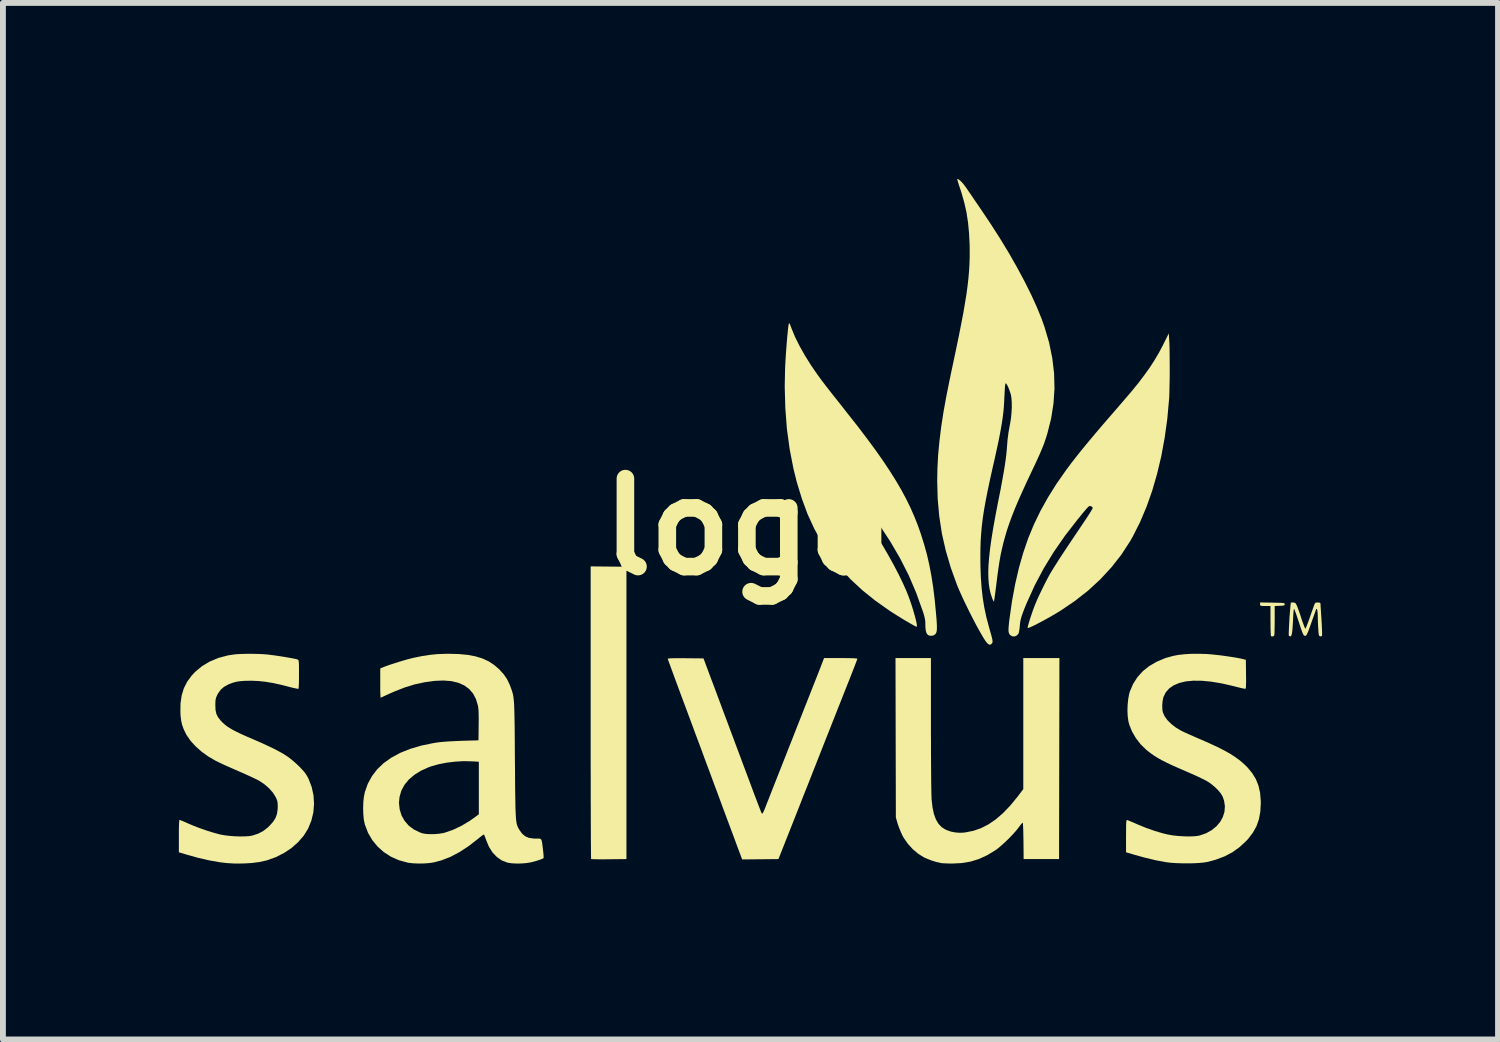
<source format=kicad_pcb>
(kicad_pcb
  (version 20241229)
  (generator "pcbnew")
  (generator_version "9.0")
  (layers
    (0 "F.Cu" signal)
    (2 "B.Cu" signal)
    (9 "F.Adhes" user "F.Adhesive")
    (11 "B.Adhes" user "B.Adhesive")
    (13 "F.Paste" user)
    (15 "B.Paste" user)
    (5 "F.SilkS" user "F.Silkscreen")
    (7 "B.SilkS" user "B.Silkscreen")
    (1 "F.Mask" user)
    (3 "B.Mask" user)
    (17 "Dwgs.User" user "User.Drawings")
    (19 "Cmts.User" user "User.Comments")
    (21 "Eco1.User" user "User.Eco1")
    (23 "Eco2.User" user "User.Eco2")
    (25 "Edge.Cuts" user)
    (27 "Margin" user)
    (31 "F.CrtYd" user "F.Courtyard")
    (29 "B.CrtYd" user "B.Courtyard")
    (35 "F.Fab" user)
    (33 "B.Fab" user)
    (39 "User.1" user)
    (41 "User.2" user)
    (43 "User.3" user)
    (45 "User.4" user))
  (footprint "logo"
    (layer "F.Cu")
    (at 9.686 5.933)
    (property "Reference" "logo" (at 0 0 0) (layer "F.SilkS") (effects (font (size 1.5 1.5) (thickness 0.3))))
    (attr board_only exclude_from_pos_files exclude_from_bom)
    (fp_poly (pts (xy -2.359 0.678) (xy -2.054 0.681) (xy -2.054 3.174) (xy -2.054 5.666) (xy -2.351 5.669) (xy -2.433 5.67) (xy -2.507 5.67) (xy -2.569 5.669) (xy -2.617 5.668) (xy -2.647 5.666) (xy -2.656 5.664) (xy -2.657 5.652) (xy -2.658 5.617) (xy -2.659 5.56) (xy -2.659 5.483) (xy -2.66 5.387) (xy -2.661 5.273) (xy -2.661 5.141) (xy -2.662 4.994) (xy -2.662 4.831) (xy -2.663 4.655) (xy -2.663 4.466) (xy -2.663 4.266) (xy -2.664 4.055) (xy -2.664 3.834) (xy -2.664 3.606) (xy -2.664 3.37) (xy -2.664 3.165) (xy -2.664 0.675)) (stroke (width 0) (type solid)) (fill yes) (layer "F.SilkS"))
    (fp_poly (pts (xy 8.961 1.293) (xy 9.036 1.295) (xy 9.091 1.296) (xy 9.129 1.298) (xy 9.152 1.301) (xy 9.165 1.306) (xy 9.17 1.312) (xy 9.171 1.32) (xy 9.169 1.333) (xy 9.158 1.34) (xy 9.135 1.345) (xy 9.093 1.347) (xy 9.085 1.347) (xy 9 1.351) (xy 9 1.592) (xy 8.999 1.666) (xy 8.998 1.733) (xy 8.997 1.789) (xy 8.995 1.829) (xy 8.993 1.851) (xy 8.992 1.852) (xy 8.976 1.868) (xy 8.951 1.87) (xy 8.936 1.863) (xy 8.934 1.849) (xy 8.932 1.816) (xy 8.93 1.765) (xy 8.929 1.702) (xy 8.929 1.629) (xy 8.928 1.603) (xy 8.928 1.35) (xy 8.84 1.35) (xy 8.795 1.35) (xy 8.768 1.347) (xy 8.755 1.342) (xy 8.751 1.331) (xy 8.751 1.32) (xy 8.751 1.29)) (stroke (width 0) (type solid)) (fill yes) (layer "F.SilkS"))
    (fp_poly (pts (xy 3.138 3.372) (xy 3.138 3.537) (xy 3.139 3.699) (xy 3.139 3.854) (xy 3.14 4.001) (xy 3.141 4.138) (xy 3.142 4.263) (xy 3.143 4.375) (xy 3.145 4.471) (xy 3.146 4.55) (xy 3.148 4.608) (xy 3.149 4.646) (xy 3.15 4.651) (xy 3.165 4.784) (xy 3.189 4.897) (xy 3.223 4.99) (xy 3.267 5.064) (xy 3.323 5.123) (xy 3.392 5.166) (xy 3.475 5.196) (xy 3.543 5.21) (xy 3.614 5.217) (xy 3.682 5.216) (xy 3.732 5.21) (xy 3.866 5.183) (xy 3.994 5.138) (xy 4.119 5.074) (xy 4.242 4.99) (xy 4.363 4.886) (xy 4.485 4.76) (xy 4.608 4.611) (xy 4.626 4.588) (xy 4.713 4.473) (xy 4.713 3.356) (xy 4.713 2.238) (xy 5.021 2.238) (xy 5.329 2.238) (xy 5.326 3.952) (xy 5.323 5.666) (xy 5.021 5.666) (xy 4.719 5.666) (xy 4.716 5.355) (xy 4.714 5.272) (xy 4.713 5.198) (xy 4.711 5.134) (xy 4.708 5.086) (xy 4.706 5.055) (xy 4.703 5.044) (xy 4.692 5.053) (xy 4.672 5.077) (xy 4.645 5.111) (xy 4.636 5.124) (xy 4.591 5.181) (xy 4.533 5.246) (xy 4.467 5.315) (xy 4.397 5.382) (xy 4.33 5.442) (xy 4.27 5.492) (xy 4.239 5.514) (xy 4.097 5.6) (xy 3.956 5.665) (xy 3.813 5.709) (xy 3.663 5.734) (xy 3.502 5.742) (xy 3.495 5.742) (xy 3.435 5.741) (xy 3.381 5.739) (xy 3.34 5.737) (xy 3.316 5.735) (xy 3.316 5.735) (xy 3.232 5.716) (xy 3.14 5.687) (xy 3.053 5.652) (xy 3.014 5.634) (xy 2.918 5.573) (xy 2.826 5.495) (xy 2.743 5.403) (xy 2.674 5.304) (xy 2.649 5.258) (xy 2.622 5.198) (xy 2.595 5.132) (xy 2.574 5.072) (xy 2.567 5.05) (xy 2.54 4.956) (xy 2.537 3.597) (xy 2.534 2.238) (xy 2.836 2.238) (xy 3.138 2.238)) (stroke (width 0) (type solid)) (fill yes) (layer "F.SilkS"))
    (fp_poly (pts (xy 9.331 1.292) (xy 9.345 1.296) (xy 9.357 1.306) (xy 9.369 1.326) (xy 9.383 1.356) (xy 9.4 1.401) (xy 9.422 1.462) (xy 9.449 1.542) (xy 9.456 1.566) (xy 9.477 1.626) (xy 9.495 1.676) (xy 9.51 1.714) (xy 9.52 1.735) (xy 9.523 1.738) (xy 9.53 1.726) (xy 9.543 1.696) (xy 9.561 1.651) (xy 9.581 1.596) (xy 9.593 1.563) (xy 9.615 1.499) (xy 9.636 1.438) (xy 9.655 1.387) (xy 9.667 1.35) (xy 9.671 1.341) (xy 9.683 1.31) (xy 9.697 1.295) (xy 9.72 1.291) (xy 9.735 1.291) (xy 9.765 1.293) (xy 9.778 1.301) (xy 9.781 1.317) (xy 9.782 1.337) (xy 9.784 1.376) (xy 9.788 1.431) (xy 9.792 1.498) (xy 9.797 1.573) (xy 9.799 1.599) (xy 9.803 1.675) (xy 9.806 1.743) (xy 9.808 1.799) (xy 9.808 1.839) (xy 9.806 1.861) (xy 9.805 1.863) (xy 9.787 1.868) (xy 9.772 1.866) (xy 9.762 1.861) (xy 9.755 1.849) (xy 9.75 1.828) (xy 9.746 1.792) (xy 9.743 1.738) (xy 9.741 1.715) (xy 9.738 1.65) (xy 9.736 1.587) (xy 9.734 1.532) (xy 9.734 1.499) (xy 9.731 1.455) (xy 9.726 1.421) (xy 9.719 1.402) (xy 9.71 1.4) (xy 9.705 1.409) (xy 9.699 1.427) (xy 9.687 1.462) (xy 9.67 1.509) (xy 9.65 1.565) (xy 9.646 1.575) (xy 9.616 1.662) (xy 9.591 1.729) (xy 9.573 1.779) (xy 9.558 1.814) (xy 9.547 1.837) (xy 9.538 1.851) (xy 9.53 1.857) (xy 9.522 1.859) (xy 9.519 1.859) (xy 9.509 1.858) (xy 9.499 1.852) (xy 9.49 1.839) (xy 9.478 1.816) (xy 9.464 1.78) (xy 9.446 1.73) (xy 9.424 1.661) (xy 9.4 1.59) (xy 9.379 1.527) (xy 9.36 1.472) (xy 9.344 1.43) (xy 9.334 1.404) (xy 9.329 1.397) (xy 9.326 1.408) (xy 9.322 1.439) (xy 9.318 1.485) (xy 9.315 1.541) (xy 9.314 1.56) (xy 9.309 1.655) (xy 9.304 1.729) (xy 9.299 1.785) (xy 9.293 1.824) (xy 9.286 1.849) (xy 9.278 1.863) (xy 9.269 1.869) (xy 9.248 1.863) (xy 9.241 1.854) (xy 9.239 1.837) (xy 9.24 1.8) (xy 9.242 1.747) (xy 9.245 1.683) (xy 9.249 1.612) (xy 9.253 1.537) (xy 9.259 1.462) (xy 9.265 1.392) (xy 9.267 1.365) (xy 9.275 1.291) (xy 9.315 1.291)) (stroke (width 0) (type solid)) (fill yes) (layer "F.SilkS"))
    (fp_poly (pts (xy 7.201 -3.191) (xy 7.204 -3.134) (xy 7.207 -3.057) (xy 7.208 -2.965) (xy 7.209 -2.861) (xy 7.21 -2.751) (xy 7.21 -2.639) (xy 7.209 -2.527) (xy 7.207 -2.422) (xy 7.205 -2.327) (xy 7.203 -2.245) (xy 7.2 -2.182) (xy 7.199 -2.179) (xy 7.169 -1.845) (xy 7.124 -1.519) (xy 7.066 -1.204) (xy 6.994 -0.901) (xy 6.91 -0.612) (xy 6.813 -0.338) (xy 6.705 -0.082) (xy 6.585 0.156) (xy 6.535 0.245) (xy 6.386 0.474) (xy 6.217 0.69) (xy 6.027 0.895) (xy 5.818 1.088) (xy 5.588 1.268) (xy 5.341 1.435) (xy 5.271 1.477) (xy 5.196 1.521) (xy 5.12 1.564) (xy 5.046 1.605) (xy 4.975 1.642) (xy 4.912 1.675) (xy 4.859 1.7) (xy 4.818 1.718) (xy 4.794 1.725) (xy 4.788 1.725) (xy 4.788 1.711) (xy 4.796 1.679) (xy 4.809 1.633) (xy 4.826 1.576) (xy 4.847 1.513) (xy 4.869 1.448) (xy 4.892 1.385) (xy 4.914 1.326) (xy 4.916 1.323) (xy 4.944 1.255) (xy 4.981 1.174) (xy 5.024 1.084) (xy 5.069 0.992) (xy 5.114 0.904) (xy 5.155 0.827) (xy 5.178 0.787) (xy 5.218 0.721) (xy 5.271 0.637) (xy 5.335 0.536) (xy 5.411 0.421) (xy 5.497 0.291) (xy 5.592 0.15) (xy 5.676 0.025) (xy 5.729 -0.054) (xy 5.778 -0.127) (xy 5.82 -0.191) (xy 5.855 -0.246) (xy 5.88 -0.287) (xy 5.894 -0.314) (xy 5.897 -0.321) (xy 5.886 -0.341) (xy 5.865 -0.351) (xy 5.855 -0.354) (xy 5.846 -0.355) (xy 5.837 -0.352) (xy 5.825 -0.344) (xy 5.808 -0.327) (xy 5.785 -0.301) (xy 5.753 -0.264) (xy 5.71 -0.212) (xy 5.655 -0.144) (xy 5.643 -0.13) (xy 5.427 0.148) (xy 5.233 0.428) (xy 5.06 0.711) (xy 4.907 1) (xy 4.773 1.296) (xy 4.736 1.385) (xy 4.708 1.458) (xy 4.688 1.515) (xy 4.674 1.561) (xy 4.664 1.603) (xy 4.658 1.645) (xy 4.654 1.683) (xy 4.649 1.735) (xy 4.642 1.78) (xy 4.635 1.812) (xy 4.631 1.821) (xy 4.603 1.853) (xy 4.566 1.869) (xy 4.526 1.868) (xy 4.492 1.848) (xy 4.49 1.846) (xy 4.475 1.828) (xy 4.466 1.806) (xy 4.461 1.777) (xy 4.461 1.738) (xy 4.465 1.684) (xy 4.472 1.612) (xy 4.477 1.575) (xy 4.521 1.265) (xy 4.575 0.975) (xy 4.638 0.702) (xy 4.712 0.443) (xy 4.797 0.195) (xy 4.896 -0.044) (xy 5.009 -0.277) (xy 5.137 -0.506) (xy 5.281 -0.736) (xy 5.443 -0.967) (xy 5.478 -1.014) (xy 5.529 -1.083) (xy 5.585 -1.155) (xy 5.644 -1.23) (xy 5.709 -1.311) (xy 5.781 -1.399) (xy 5.861 -1.495) (xy 5.951 -1.602) (xy 6.051 -1.72) (xy 6.164 -1.851) (xy 6.29 -1.996) (xy 6.422 -2.149) (xy 6.558 -2.308) (xy 6.677 -2.454) (xy 6.781 -2.592) (xy 6.874 -2.722) (xy 6.956 -2.85) (xy 7.03 -2.976) (xy 7.098 -3.105) (xy 7.102 -3.114) (xy 7.194 -3.298)) (stroke (width 0) (type solid)) (fill yes) (layer "F.SilkS"))
    (fp_poly (pts (xy 1.693 2.239) (xy 1.77 2.24) (xy 1.828 2.242) (xy 1.866 2.245) (xy 1.882 2.249) (xy 1.883 2.25) (xy 1.883 2.252) (xy 1.881 2.257) (xy 1.879 2.266) (xy 1.874 2.278) (xy 1.867 2.297) (xy 1.857 2.323) (xy 1.844 2.358) (xy 1.827 2.402) (xy 1.805 2.458) (xy 1.778 2.527) (xy 1.746 2.609) (xy 1.707 2.706) (xy 1.662 2.82) (xy 1.61 2.952) (xy 1.55 3.102) (xy 1.483 3.274) (xy 1.468 3.31) (xy 1.419 3.435) (xy 1.37 3.558) (xy 1.323 3.677) (xy 1.279 3.789) (xy 1.239 3.891) (xy 1.203 3.981) (xy 1.174 4.056) (xy 1.151 4.114) (xy 1.139 4.144) (xy 1.122 4.187) (xy 1.098 4.249) (xy 1.067 4.328) (xy 1.03 4.421) (xy 0.988 4.526) (xy 0.943 4.64) (xy 0.896 4.761) (xy 0.847 4.885) (xy 0.805 4.991) (xy 0.538 5.666) (xy 0.229 5.669) (xy -0.08 5.672) (xy -0.093 5.64) (xy -0.1 5.62) (xy -0.115 5.58) (xy -0.137 5.522) (xy -0.165 5.448) (xy -0.197 5.36) (xy -0.234 5.26) (xy -0.275 5.151) (xy -0.319 5.033) (xy -0.365 4.91) (xy -0.412 4.784) (xy -0.459 4.656) (xy -0.506 4.528) (xy -0.553 4.404) (xy -0.597 4.284) (xy -0.598 4.281) (xy -0.63 4.194) (xy -0.67 4.088) (xy -0.715 3.967) (xy -0.764 3.833) (xy -0.817 3.691) (xy -0.873 3.542) (xy -0.929 3.39) (xy -0.985 3.239) (xy -1.04 3.092) (xy -1.053 3.057) (xy -1.102 2.926) (xy -1.148 2.802) (xy -1.191 2.685) (xy -1.231 2.578) (xy -1.265 2.484) (xy -1.295 2.403) (xy -1.319 2.337) (xy -1.337 2.288) (xy -1.347 2.258) (xy -1.35 2.249) (xy -1.338 2.246) (xy -1.305 2.243) (xy -1.251 2.241) (xy -1.178 2.24) (xy -1.089 2.24) (xy -1.045 2.241) (xy -0.74 2.244) (xy -0.603 2.611) (xy -0.573 2.69) (xy -0.536 2.788) (xy -0.494 2.902) (xy -0.447 3.027) (xy -0.397 3.162) (xy -0.344 3.302) (xy -0.291 3.445) (xy -0.238 3.586) (xy -0.196 3.7) (xy -0.123 3.894) (xy -0.059 4.066) (xy -0.002 4.218) (xy 0.048 4.351) (xy 0.091 4.467) (xy 0.128 4.566) (xy 0.16 4.649) (xy 0.186 4.718) (xy 0.207 4.773) (xy 0.224 4.816) (xy 0.236 4.848) (xy 0.245 4.87) (xy 0.251 4.883) (xy 0.254 4.888) (xy 0.261 4.89) (xy 0.27 4.882) (xy 0.282 4.861) (xy 0.299 4.823) (xy 0.322 4.766) (xy 0.329 4.748) (xy 0.341 4.716) (xy 0.362 4.664) (xy 0.389 4.594) (xy 0.423 4.508) (xy 0.462 4.408) (xy 0.506 4.297) (xy 0.554 4.175) (xy 0.605 4.046) (xy 0.659 3.91) (xy 0.713 3.771) (xy 0.769 3.631) (xy 0.824 3.49) (xy 0.878 3.352) (xy 0.931 3.219) (xy 0.981 3.091) (xy 1.028 2.973) (xy 1.071 2.864) (xy 1.103 2.783) (xy 1.137 2.696) (xy 1.172 2.608) (xy 1.204 2.526) (xy 1.233 2.453) (xy 1.256 2.394) (xy 1.269 2.359) (xy 1.316 2.238) (xy 1.599 2.238)) (stroke (width 0) (type solid)) (fill yes) (layer "F.SilkS"))
    (fp_poly (pts (xy 0.727 -3.466) (xy 0.735 -3.451) (xy 0.747 -3.42) (xy 0.764 -3.375) (xy 0.823 -3.233) (xy 0.9 -3.079) (xy 0.991 -2.918) (xy 1.095 -2.752) (xy 1.196 -2.605) (xy 1.223 -2.568) (xy 1.249 -2.532) (xy 1.276 -2.495) (xy 1.307 -2.455) (xy 1.341 -2.41) (xy 1.382 -2.358) (xy 1.429 -2.297) (xy 1.485 -2.226) (xy 1.552 -2.142) (xy 1.63 -2.043) (xy 1.721 -1.927) (xy 1.722 -1.926) (xy 1.896 -1.705) (xy 2.053 -1.498) (xy 2.196 -1.304) (xy 2.324 -1.122) (xy 2.439 -0.949) (xy 2.543 -0.783) (xy 2.636 -0.624) (xy 2.719 -0.469) (xy 2.793 -0.317) (xy 2.859 -0.166) (xy 2.919 -0.014) (xy 2.967 0.124) (xy 3.022 0.299) (xy 3.07 0.473) (xy 3.111 0.651) (xy 3.146 0.837) (xy 3.177 1.035) (xy 3.203 1.249) (xy 3.225 1.481) (xy 3.227 1.502) (xy 3.235 1.596) (xy 3.239 1.669) (xy 3.24 1.725) (xy 3.238 1.767) (xy 3.232 1.797) (xy 3.222 1.819) (xy 3.208 1.836) (xy 3.177 1.854) (xy 3.136 1.859) (xy 3.098 1.851) (xy 3.088 1.844) (xy 3.065 1.818) (xy 3.051 1.775) (xy 3.044 1.714) (xy 3.043 1.669) (xy 3.042 1.619) (xy 3.036 1.572) (xy 3.024 1.52) (xy 3.005 1.456) (xy 3 1.442) (xy 2.889 1.131) (xy 2.761 0.831) (xy 2.613 0.539) (xy 2.445 0.251) (xy 2.3 0.03) (xy 2.257 -0.033) (xy 2.209 -0.1) (xy 2.158 -0.17) (xy 2.108 -0.238) (xy 2.061 -0.3) (xy 2.02 -0.354) (xy 1.988 -0.395) (xy 1.968 -0.417) (xy 1.935 -0.443) (xy 1.907 -0.448) (xy 1.886 -0.432) (xy 1.884 -0.428) (xy 1.882 -0.417) (xy 1.886 -0.4) (xy 1.897 -0.374) (xy 1.917 -0.336) (xy 1.946 -0.285) (xy 1.986 -0.217) (xy 2.011 -0.176) (xy 2.056 -0.103) (xy 2.101 -0.029) (xy 2.144 0.04) (xy 2.18 0.1) (xy 2.209 0.145) (xy 2.214 0.154) (xy 2.316 0.32) (xy 2.413 0.487) (xy 2.504 0.651) (xy 2.586 0.808) (xy 2.658 0.956) (xy 2.719 1.092) (xy 2.753 1.178) (xy 2.782 1.257) (xy 2.809 1.337) (xy 2.834 1.417) (xy 2.856 1.493) (xy 2.875 1.562) (xy 2.889 1.62) (xy 2.897 1.666) (xy 2.899 1.695) (xy 2.895 1.705) (xy 2.879 1.699) (xy 2.846 1.682) (xy 2.8 1.656) (xy 2.743 1.623) (xy 2.678 1.585) (xy 2.61 1.543) (xy 2.541 1.5) (xy 2.473 1.457) (xy 2.427 1.427) (xy 2.188 1.258) (xy 1.969 1.082) (xy 1.769 0.896) (xy 1.588 0.7) (xy 1.425 0.492) (xy 1.28 0.271) (xy 1.15 0.035) (xy 1.035 -0.215) (xy 0.936 -0.483) (xy 0.849 -0.769) (xy 0.793 -0.995) (xy 0.729 -1.326) (xy 0.682 -1.671) (xy 0.655 -2.027) (xy 0.645 -2.393) (xy 0.651 -2.694) (xy 0.655 -2.776) (xy 0.66 -2.866) (xy 0.666 -2.959) (xy 0.673 -3.052) (xy 0.68 -3.144) (xy 0.687 -3.23) (xy 0.695 -3.307) (xy 0.701 -3.373) (xy 0.708 -3.423) (xy 0.713 -3.456) (xy 0.717 -3.468) (xy 0.721 -3.471)) (stroke (width 0) (type solid)) (fill yes) (layer "F.SilkS"))
    (fp_poly (pts (xy 7.834 2.169) (xy 7.838 2.169) (xy 7.915 2.175) (xy 8.004 2.184) (xy 8.1 2.195) (xy 8.197 2.209) (xy 8.29 2.223) (xy 8.372 2.237) (xy 8.437 2.25) (xy 8.449 2.253) (xy 8.508 2.268) (xy 8.511 2.51) (xy 8.512 2.583) (xy 8.512 2.648) (xy 8.51 2.702) (xy 8.509 2.74) (xy 8.506 2.759) (xy 8.505 2.76) (xy 8.491 2.761) (xy 8.459 2.756) (xy 8.414 2.746) (xy 8.366 2.734) (xy 8.298 2.717) (xy 8.219 2.698) (xy 8.139 2.68) (xy 8.088 2.669) (xy 7.915 2.64) (xy 7.756 2.625) (xy 7.612 2.624) (xy 7.484 2.636) (xy 7.373 2.663) (xy 7.278 2.703) (xy 7.201 2.756) (xy 7.143 2.822) (xy 7.104 2.901) (xy 7.099 2.916) (xy 7.087 2.98) (xy 7.082 3.052) (xy 7.085 3.121) (xy 7.093 3.164) (xy 7.122 3.23) (xy 7.171 3.297) (xy 7.237 3.363) (xy 7.316 3.424) (xy 7.4 3.474) (xy 7.434 3.491) (xy 7.485 3.515) (xy 7.55 3.544) (xy 7.623 3.576) (xy 7.7 3.61) (xy 7.732 3.623) (xy 7.888 3.692) (xy 8.024 3.755) (xy 8.142 3.815) (xy 8.244 3.872) (xy 8.332 3.93) (xy 8.41 3.987) (xy 8.48 4.048) (xy 8.535 4.102) (xy 8.617 4.201) (xy 8.679 4.303) (xy 8.723 4.413) (xy 8.751 4.535) (xy 8.762 4.67) (xy 8.763 4.713) (xy 8.755 4.857) (xy 8.731 4.986) (xy 8.69 5.104) (xy 8.629 5.214) (xy 8.549 5.319) (xy 8.516 5.355) (xy 8.402 5.461) (xy 8.278 5.55) (xy 8.142 5.621) (xy 7.99 5.678) (xy 7.857 5.714) (xy 7.795 5.724) (xy 7.716 5.732) (xy 7.623 5.737) (xy 7.523 5.739) (xy 7.421 5.738) (xy 7.322 5.735) (xy 7.232 5.729) (xy 7.156 5.72) (xy 7.156 5.72) (xy 6.971 5.686) (xy 6.776 5.639) (xy 6.611 5.593) (xy 6.465 5.55) (xy 6.465 5.272) (xy 6.466 5.184) (xy 6.466 5.117) (xy 6.467 5.068) (xy 6.469 5.034) (xy 6.472 5.014) (xy 6.475 5.003) (xy 6.481 5) (xy 6.486 5.001) (xy 6.504 5.007) (xy 6.539 5.022) (xy 6.587 5.042) (xy 6.642 5.066) (xy 6.655 5.072) (xy 6.804 5.133) (xy 6.952 5.185) (xy 7.093 5.227) (xy 7.177 5.247) (xy 7.254 5.261) (xy 7.342 5.271) (xy 7.434 5.277) (xy 7.524 5.28) (xy 7.607 5.278) (xy 7.677 5.272) (xy 7.72 5.264) (xy 7.83 5.226) (xy 7.925 5.173) (xy 8.006 5.107) (xy 8.07 5.032) (xy 8.116 4.948) (xy 8.144 4.858) (xy 8.151 4.764) (xy 8.136 4.668) (xy 8.112 4.599) (xy 8.081 4.547) (xy 8.033 4.489) (xy 7.973 4.431) (xy 7.906 4.377) (xy 7.858 4.345) (xy 7.819 4.323) (xy 7.763 4.295) (xy 7.695 4.262) (xy 7.618 4.227) (xy 7.539 4.192) (xy 7.509 4.179) (xy 7.375 4.121) (xy 7.261 4.071) (xy 7.164 4.025) (xy 7.081 3.983) (xy 7.009 3.943) (xy 6.946 3.904) (xy 6.889 3.864) (xy 6.834 3.822) (xy 6.81 3.802) (xy 6.715 3.71) (xy 6.634 3.605) (xy 6.568 3.492) (xy 6.521 3.376) (xy 6.506 3.321) (xy 6.494 3.237) (xy 6.489 3.141) (xy 6.492 3.039) (xy 6.502 2.939) (xy 6.518 2.851) (xy 6.529 2.812) (xy 6.583 2.684) (xy 6.657 2.567) (xy 6.749 2.464) (xy 6.86 2.375) (xy 6.989 2.3) (xy 7.134 2.239) (xy 7.265 2.202) (xy 7.355 2.185) (xy 7.463 2.173) (xy 7.582 2.166) (xy 7.708 2.165)) (stroke (width 0) (type solid)) (fill yes) (layer "F.SilkS"))
    (fp_poly (pts (xy -8.334 2.168) (xy -8.247 2.172) (xy -8.173 2.178) (xy -8.171 2.178) (xy -8.11 2.186) (xy -8.04 2.195) (xy -7.965 2.206) (xy -7.89 2.218) (xy -7.82 2.23) (xy -7.757 2.241) (xy -7.707 2.251) (xy -7.674 2.259) (xy -7.664 2.262) (xy -7.655 2.266) (xy -7.649 2.273) (xy -7.644 2.285) (xy -7.641 2.306) (xy -7.639 2.338) (xy -7.638 2.386) (xy -7.638 2.451) (xy -7.638 2.515) (xy -7.638 2.589) (xy -7.639 2.654) (xy -7.641 2.707) (xy -7.643 2.744) (xy -7.646 2.762) (xy -7.647 2.763) (xy -7.661 2.762) (xy -7.693 2.756) (xy -7.74 2.746) (xy -7.795 2.732) (xy -7.809 2.728) (xy -7.959 2.69) (xy -8.092 2.662) (xy -8.213 2.642) (xy -8.327 2.63) (xy -8.438 2.625) (xy -8.455 2.625) (xy -8.554 2.626) (xy -8.636 2.632) (xy -8.705 2.642) (xy -8.767 2.659) (xy -8.829 2.682) (xy -8.84 2.687) (xy -8.916 2.729) (xy -8.973 2.778) (xy -9.017 2.84) (xy -9.029 2.862) (xy -9.046 2.898) (xy -9.056 2.93) (xy -9.062 2.966) (xy -9.064 3.013) (xy -9.064 3.043) (xy -9.061 3.123) (xy -9.047 3.188) (xy -9.02 3.244) (xy -8.977 3.3) (xy -8.945 3.334) (xy -8.909 3.367) (xy -8.869 3.399) (xy -8.822 3.43) (xy -8.766 3.463) (xy -8.698 3.498) (xy -8.614 3.538) (xy -8.513 3.583) (xy -8.429 3.619) (xy -8.289 3.68) (xy -8.169 3.735) (xy -8.066 3.784) (xy -7.977 3.831) (xy -7.899 3.875) (xy -7.831 3.919) (xy -7.77 3.965) (xy -7.712 4.014) (xy -7.655 4.067) (xy -7.636 4.085) (xy -7.585 4.138) (xy -7.547 4.181) (xy -7.518 4.22) (xy -7.494 4.261) (xy -7.474 4.299) (xy -7.421 4.437) (xy -7.39 4.58) (xy -7.381 4.725) (xy -7.393 4.87) (xy -7.427 5.011) (xy -7.482 5.146) (xy -7.485 5.151) (xy -7.559 5.27) (xy -7.654 5.379) (xy -7.765 5.477) (xy -7.893 5.562) (xy -8.033 5.633) (xy -8.184 5.687) (xy -8.2 5.691) (xy -8.313 5.716) (xy -8.443 5.733) (xy -8.583 5.741) (xy -8.728 5.742) (xy -8.871 5.734) (xy -8.994 5.719) (xy -9.173 5.687) (xy -9.356 5.645) (xy -9.535 5.595) (xy -9.686 5.55) (xy -9.686 5.274) (xy -9.686 5.191) (xy -9.685 5.12) (xy -9.683 5.062) (xy -9.68 5.021) (xy -9.677 5) (xy -9.676 4.997) (xy -9.661 5.002) (xy -9.63 5.014) (xy -9.586 5.033) (xy -9.534 5.056) (xy -9.531 5.058) (xy -9.433 5.099) (xy -9.323 5.141) (xy -9.208 5.181) (xy -9.098 5.215) (xy -8.999 5.242) (xy -8.98 5.247) (xy -8.909 5.26) (xy -8.826 5.27) (xy -8.737 5.277) (xy -8.648 5.28) (xy -8.564 5.279) (xy -8.492 5.275) (xy -8.437 5.266) (xy -8.434 5.265) (xy -8.335 5.233) (xy -8.25 5.189) (xy -8.171 5.128) (xy -8.14 5.098) (xy -8.08 5.031) (xy -8.039 4.967) (xy -8.014 4.899) (xy -8.002 4.82) (xy -8 4.778) (xy -8.001 4.726) (xy -8.005 4.687) (xy -8.016 4.652) (xy -8.035 4.609) (xy -8.037 4.605) (xy -8.084 4.531) (xy -8.149 4.458) (xy -8.229 4.389) (xy -8.308 4.336) (xy -8.343 4.317) (xy -8.395 4.291) (xy -8.461 4.26) (xy -8.536 4.226) (xy -8.616 4.19) (xy -8.669 4.167) (xy -8.752 4.131) (xy -8.835 4.094) (xy -8.914 4.059) (xy -8.983 4.027) (xy -9.037 4) (xy -9.06 3.989) (xy -9.185 3.916) (xy -9.3 3.833) (xy -9.401 3.743) (xy -9.486 3.65) (xy -9.552 3.555) (xy -9.565 3.532) (xy -9.603 3.453) (xy -9.63 3.379) (xy -9.647 3.304) (xy -9.657 3.218) (xy -9.66 3.161) (xy -9.658 3.011) (xy -9.638 2.875) (xy -9.601 2.753) (xy -9.544 2.641) (xy -9.468 2.538) (xy -9.41 2.475) (xy -9.292 2.377) (xy -9.16 2.298) (xy -9.012 2.236) (xy -8.85 2.193) (xy -8.761 2.179) (xy -8.698 2.172) (xy -8.617 2.168) (xy -8.526 2.166) (xy -8.43 2.166)) (stroke (width 0) (type solid)) (fill yes) (layer "F.SilkS"))
    (fp_poly (pts (xy 3.614 -5.922) (xy 3.649 -5.892) (xy 3.691 -5.846) (xy 3.738 -5.783) (xy 3.751 -5.765) (xy 3.783 -5.717) (xy 3.826 -5.655) (xy 3.874 -5.583) (xy 3.926 -5.508) (xy 3.976 -5.434) (xy 3.984 -5.423) (xy 4.155 -5.168) (xy 4.317 -4.916) (xy 4.468 -4.667) (xy 4.607 -4.423) (xy 4.733 -4.188) (xy 4.846 -3.962) (xy 4.944 -3.747) (xy 5.026 -3.545) (xy 5.075 -3.407) (xy 5.153 -3.142) (xy 5.207 -2.879) (xy 5.238 -2.619) (xy 5.245 -2.36) (xy 5.228 -2.103) (xy 5.188 -1.847) (xy 5.124 -1.594) (xy 5.1 -1.516) (xy 5.081 -1.46) (xy 5.063 -1.408) (xy 5.042 -1.356) (xy 5.019 -1.3) (xy 4.992 -1.237) (xy 4.959 -1.164) (xy 4.919 -1.077) (xy 4.87 -0.974) (xy 4.85 -0.931) (xy 4.764 -0.749) (xy 4.689 -0.584) (xy 4.623 -0.436) (xy 4.566 -0.3) (xy 4.517 -0.175) (xy 4.474 -0.058) (xy 4.436 0.054) (xy 4.404 0.163) (xy 4.374 0.272) (xy 4.36 0.332) (xy 4.343 0.403) (xy 4.328 0.473) (xy 4.315 0.544) (xy 4.302 0.621) (xy 4.289 0.708) (xy 4.275 0.809) (xy 4.26 0.927) (xy 4.252 0.993) (xy 4.242 1.071) (xy 4.233 1.141) (xy 4.225 1.199) (xy 4.218 1.243) (xy 4.214 1.269) (xy 4.212 1.275) (xy 4.205 1.268) (xy 4.193 1.244) (xy 4.182 1.216) (xy 4.157 1.141) (xy 4.138 1.06) (xy 4.125 0.972) (xy 4.118 0.875) (xy 4.116 0.768) (xy 4.12 0.649) (xy 4.131 0.518) (xy 4.147 0.371) (xy 4.17 0.208) (xy 4.199 0.028) (xy 4.235 -0.172) (xy 4.277 -0.392) (xy 4.292 -0.468) (xy 4.327 -0.642) (xy 4.355 -0.796) (xy 4.379 -0.931) (xy 4.399 -1.05) (xy 4.414 -1.155) (xy 4.425 -1.249) (xy 4.433 -1.334) (xy 4.435 -1.362) (xy 4.445 -1.489) (xy 4.461 -1.61) (xy 4.484 -1.739) (xy 4.491 -1.776) (xy 4.504 -1.857) (xy 4.512 -1.944) (xy 4.517 -2.034) (xy 4.516 -2.119) (xy 4.511 -2.195) (xy 4.501 -2.254) (xy 4.497 -2.268) (xy 4.477 -2.327) (xy 4.457 -2.379) (xy 4.438 -2.418) (xy 4.422 -2.442) (xy 4.412 -2.448) (xy 4.407 -2.434) (xy 4.401 -2.397) (xy 4.397 -2.338) (xy 4.393 -2.256) (xy 4.391 -2.225) (xy 4.387 -2.135) (xy 4.382 -2.048) (xy 4.374 -1.962) (xy 4.363 -1.872) (xy 4.349 -1.778) (xy 4.332 -1.676) (xy 4.311 -1.563) (xy 4.286 -1.438) (xy 4.255 -1.296) (xy 4.22 -1.137) (xy 4.191 -1.01) (xy 4.146 -0.807) (xy 4.107 -0.623) (xy 4.074 -0.456) (xy 4.046 -0.302) (xy 4.024 -0.159) (xy 4.007 -0.022) (xy 3.995 0.11) (xy 3.986 0.242) (xy 3.982 0.376) (xy 3.981 0.516) (xy 3.982 0.663) (xy 3.989 0.86) (xy 4.002 1.04) (xy 4.021 1.208) (xy 4.047 1.37) (xy 4.081 1.532) (xy 4.125 1.699) (xy 4.14 1.753) (xy 4.162 1.828) (xy 4.177 1.885) (xy 4.186 1.926) (xy 4.189 1.954) (xy 4.187 1.973) (xy 4.18 1.987) (xy 4.174 1.993) (xy 4.151 2.01) (xy 4.128 2.008) (xy 4.1 1.986) (xy 4.095 1.98) (xy 4.07 1.949) (xy 4.038 1.9) (xy 3.999 1.834) (xy 3.954 1.755) (xy 3.906 1.667) (xy 3.856 1.571) (xy 3.804 1.47) (xy 3.754 1.368) (xy 3.705 1.268) (xy 3.661 1.172) (xy 3.621 1.083) (xy 3.588 1.004) (xy 3.584 0.995) (xy 3.477 0.698) (xy 3.391 0.406) (xy 3.325 0.115) (xy 3.28 -0.18) (xy 3.253 -0.481) (xy 3.245 -0.786) (xy 3.249 -1.003) (xy 3.261 -1.227) (xy 3.283 -1.46) (xy 3.313 -1.704) (xy 3.353 -1.962) (xy 3.403 -2.237) (xy 3.452 -2.481) (xy 3.465 -2.542) (xy 3.481 -2.621) (xy 3.501 -2.714) (xy 3.522 -2.815) (xy 3.544 -2.919) (xy 3.566 -3.022) (xy 3.57 -3.043) (xy 3.616 -3.263) (xy 3.655 -3.463) (xy 3.69 -3.644) (xy 3.718 -3.81) (xy 3.743 -3.961) (xy 3.762 -4.102) (xy 3.777 -4.233) (xy 3.788 -4.358) (xy 3.795 -4.478) (xy 3.799 -4.596) (xy 3.799 -4.714) (xy 3.798 -4.812) (xy 3.788 -5.008) (xy 3.771 -5.187) (xy 3.745 -5.357) (xy 3.708 -5.523) (xy 3.66 -5.693) (xy 3.637 -5.764) (xy 3.617 -5.822) (xy 3.602 -5.872) (xy 3.591 -5.909) (xy 3.587 -5.93) (xy 3.587 -5.933)) (stroke (width 0) (type solid)) (fill yes) (layer "F.SilkS"))
    (fp_poly (pts (xy -4.91 2.17) (xy -4.76 2.184) (xy -4.628 2.209) (xy -4.51 2.245) (xy -4.406 2.293) (xy -4.312 2.354) (xy -4.226 2.428) (xy -4.221 2.433) (xy -4.146 2.516) (xy -4.088 2.601) (xy -4.043 2.696) (xy -4.025 2.744) (xy -4.014 2.774) (xy -4.005 2.802) (xy -3.997 2.828) (xy -3.99 2.856) (xy -3.984 2.885) (xy -3.979 2.918) (xy -3.975 2.957) (xy -3.971 3.003) (xy -3.968 3.058) (xy -3.966 3.124) (xy -3.964 3.202) (xy -3.962 3.294) (xy -3.96 3.402) (xy -3.959 3.527) (xy -3.958 3.672) (xy -3.957 3.837) (xy -3.956 3.973) (xy -3.954 4.157) (xy -3.953 4.319) (xy -3.952 4.46) (xy -3.95 4.583) (xy -3.948 4.688) (xy -3.947 4.778) (xy -3.944 4.853) (xy -3.941 4.915) (xy -3.938 4.967) (xy -3.934 5.009) (xy -3.929 5.044) (xy -3.923 5.072) (xy -3.916 5.095) (xy -3.908 5.115) (xy -3.899 5.134) (xy -3.888 5.153) (xy -3.879 5.169) (xy -3.833 5.232) (xy -3.782 5.276) (xy -3.72 5.303) (xy -3.643 5.315) (xy -3.6 5.317) (xy -3.563 5.316) (xy -3.536 5.317) (xy -3.518 5.323) (xy -3.505 5.336) (xy -3.497 5.361) (xy -3.49 5.4) (xy -3.483 5.457) (xy -3.477 5.506) (xy -3.471 5.561) (xy -3.467 5.606) (xy -3.466 5.637) (xy -3.468 5.65) (xy -3.487 5.661) (xy -3.524 5.675) (xy -3.572 5.691) (xy -3.626 5.707) (xy -3.679 5.72) (xy -3.698 5.724) (xy -3.769 5.735) (xy -3.849 5.741) (xy -3.931 5.742) (xy -4.007 5.738) (xy -4.07 5.729) (xy -4.083 5.726) (xy -4.179 5.689) (xy -4.264 5.63) (xy -4.338 5.552) (xy -4.4 5.453) (xy -4.449 5.335) (xy -4.452 5.326) (xy -4.466 5.286) (xy -4.478 5.258) (xy -4.486 5.246) (xy -4.486 5.246) (xy -4.498 5.253) (xy -4.524 5.272) (xy -4.56 5.3) (xy -4.589 5.324) (xy -4.748 5.447) (xy -4.903 5.548) (xy -5.055 5.628) (xy -5.206 5.687) (xy -5.328 5.72) (xy -5.406 5.733) (xy -5.499 5.74) (xy -5.596 5.742) (xy -5.69 5.738) (xy -5.772 5.729) (xy -5.79 5.725) (xy -5.936 5.685) (xy -6.07 5.625) (xy -6.191 5.547) (xy -6.298 5.452) (xy -6.388 5.342) (xy -6.46 5.219) (xy -6.512 5.083) (xy -6.515 5.074) (xy -6.532 4.995) (xy -6.541 4.902) (xy -6.544 4.801) (xy -6.541 4.707) (xy -5.933 4.707) (xy -5.921 4.818) (xy -5.889 4.922) (xy -5.837 5.014) (xy -5.767 5.095) (xy -5.68 5.161) (xy -5.578 5.211) (xy -5.527 5.228) (xy -5.474 5.237) (xy -5.406 5.241) (xy -5.33 5.24) (xy -5.253 5.234) (xy -5.184 5.223) (xy -5.157 5.217) (xy -5.014 5.168) (xy -4.867 5.099) (xy -4.72 5.01) (xy -4.633 4.948) (xy -4.571 4.902) (xy -4.571 4.454) (xy -4.571 4.006) (xy -4.692 3.999) (xy -4.828 3.996) (xy -4.97 4.004) (xy -5.113 4.021) (xy -5.249 4.047) (xy -5.373 4.081) (xy -5.422 4.098) (xy -5.556 4.158) (xy -5.67 4.229) (xy -5.765 4.31) (xy -5.839 4.4) (xy -5.892 4.498) (xy -5.923 4.605) (xy -5.933 4.707) (xy -6.541 4.707) (xy -6.541 4.698) (xy -6.531 4.603) (xy -6.515 4.525) (xy -6.465 4.383) (xy -6.394 4.253) (xy -6.304 4.135) (xy -6.193 4.029) (xy -6.062 3.936) (xy -5.912 3.855) (xy -5.743 3.787) (xy -5.554 3.731) (xy -5.345 3.688) (xy -5.269 3.676) (xy -5.216 3.67) (xy -5.145 3.664) (xy -5.062 3.658) (xy -4.973 3.654) (xy -4.883 3.65) (xy -4.855 3.649) (xy -4.577 3.641) (xy -4.574 3.384) (xy -4.573 3.282) (xy -4.574 3.201) (xy -4.576 3.137) (xy -4.581 3.086) (xy -4.587 3.046) (xy -4.588 3.045) (xy -4.621 2.935) (xy -4.671 2.841) (xy -4.738 2.764) (xy -4.822 2.703) (xy -4.923 2.659) (xy -5.04 2.631) (xy -5.173 2.621) (xy -5.323 2.627) (xy -5.33 2.628) (xy -5.498 2.651) (xy -5.665 2.687) (xy -5.833 2.739) (xy -6.008 2.807) (xy -6.136 2.864) (xy -6.181 2.885) (xy -6.217 2.902) (xy -6.24 2.911) (xy -6.246 2.913) (xy -6.248 2.902) (xy -6.249 2.87) (xy -6.251 2.822) (xy -6.252 2.76) (xy -6.252 2.689) (xy -6.252 2.664) (xy -6.252 2.416) (xy -6.208 2.397) (xy -6.159 2.378) (xy -6.093 2.354) (xy -6.015 2.329) (xy -5.931 2.302) (xy -5.847 2.277) (xy -5.769 2.255) (xy -5.701 2.238) (xy -5.68 2.233) (xy -5.538 2.204) (xy -5.408 2.184) (xy -5.28 2.171) (xy -5.144 2.166) (xy -5.08 2.165)) (stroke (width 0) (type solid)) (fill yes) (layer "F.SilkS")))
  (gr_rect
    (start -3 -3)
    (end 22.494 14.675)
    (stroke (width 0.1) (type default))
    (fill no)
    (layer "Edge.Cuts")))
</source>
